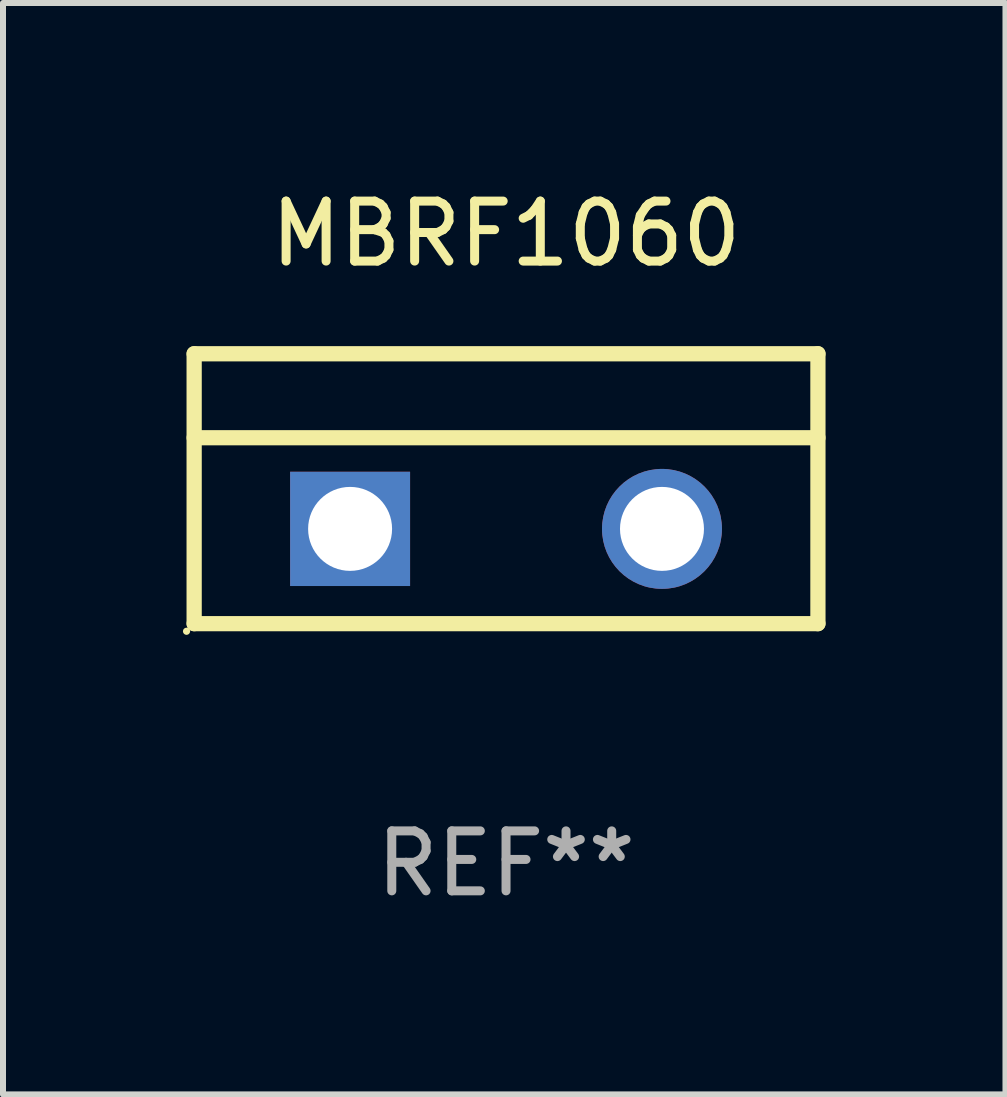
<source format=kicad_pcb>
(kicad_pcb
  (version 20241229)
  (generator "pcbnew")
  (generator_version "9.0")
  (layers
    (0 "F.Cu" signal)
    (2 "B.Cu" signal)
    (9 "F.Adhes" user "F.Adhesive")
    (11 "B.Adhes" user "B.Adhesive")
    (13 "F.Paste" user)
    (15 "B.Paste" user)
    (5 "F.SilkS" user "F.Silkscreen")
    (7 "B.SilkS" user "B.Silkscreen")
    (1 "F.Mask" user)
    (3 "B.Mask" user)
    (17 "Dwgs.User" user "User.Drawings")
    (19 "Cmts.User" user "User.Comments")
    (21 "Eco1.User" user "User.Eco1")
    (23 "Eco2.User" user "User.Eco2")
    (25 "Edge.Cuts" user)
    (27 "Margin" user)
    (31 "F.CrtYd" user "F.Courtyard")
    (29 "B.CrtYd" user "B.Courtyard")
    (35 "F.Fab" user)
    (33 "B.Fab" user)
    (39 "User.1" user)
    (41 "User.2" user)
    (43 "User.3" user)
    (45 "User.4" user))
  (footprint "MBRF1060"
    (layer "F.Cu")
    (at 5.387 5.098)
    (property "Reference" "MBRF1060" (at 0 -4.25 0) (layer "F.SilkS") (effects (font (size 1 1) (thickness 0.15))))
    (attr through_hole)
    (fp_line (start -5.2 -2.25) (end 5.2 -2.25) (stroke (width 0.254) (type solid)) (layer "F.SilkS"))
    (fp_line (start -5.2 -0.85) (end 5.2 -0.85) (stroke (width 0.254) (type solid)) (layer "F.SilkS"))
    (fp_line (start -5.2 2.25) (end -5.2 -2.25) (stroke (width 0.254) (type solid)) (layer "F.SilkS"))
    (fp_line (start -5.2 2.25) (end 5.2 2.25) (stroke (width 0.254) (type solid)) (layer "F.SilkS"))
    (fp_line (start 5.2 2.25) (end 5.2 -2.25) (stroke (width 0.254) (type solid)) (layer "F.SilkS"))
    (fp_circle (center -5.327 2.377) (end -5.297 2.377) (stroke (width 0.06) (type solid)) (fill no) (layer "F.SilkS"))
    (fp_text user "REF**" (at 0 6.25 0) (layer "F.Fab") (effects (font (size 1 1) (thickness 0.15))))
    (pad "1" thru_hole rect (at -2.6 0.67 90) (size 1.905 2) (drill 1.4) (layers "*.Cu" "*.Mask"))
    (pad "3" thru_hole circle (at 2.6 0.67) (size 2 2) (drill 1.4) (layers "*.Cu" "*.Mask")))
  (gr_rect
    (start -3 -3)
    (end 13.714 15.197)
    (stroke (width 0.1) (type default))
    (fill no)
    (layer "Edge.Cuts")))
</source>
